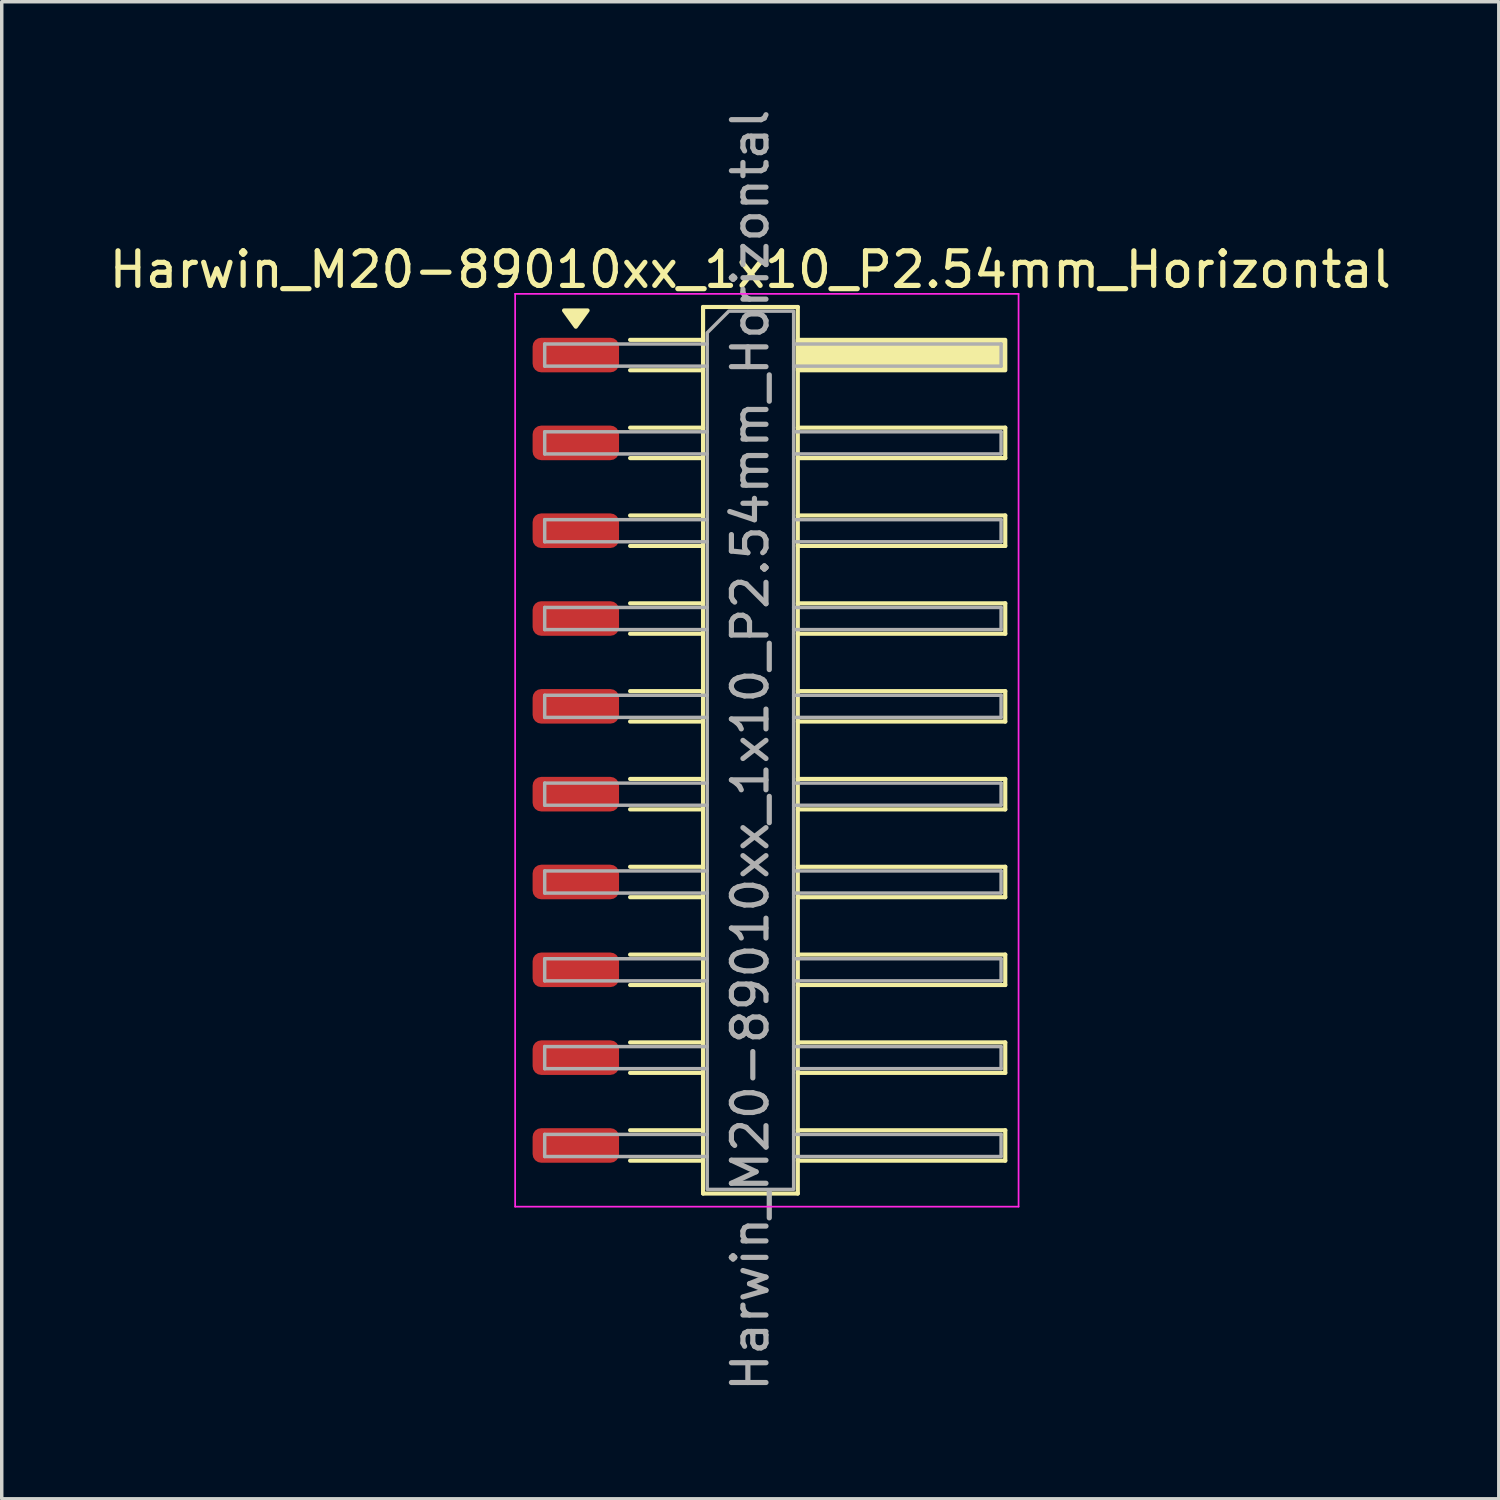
<source format=kicad_pcb>
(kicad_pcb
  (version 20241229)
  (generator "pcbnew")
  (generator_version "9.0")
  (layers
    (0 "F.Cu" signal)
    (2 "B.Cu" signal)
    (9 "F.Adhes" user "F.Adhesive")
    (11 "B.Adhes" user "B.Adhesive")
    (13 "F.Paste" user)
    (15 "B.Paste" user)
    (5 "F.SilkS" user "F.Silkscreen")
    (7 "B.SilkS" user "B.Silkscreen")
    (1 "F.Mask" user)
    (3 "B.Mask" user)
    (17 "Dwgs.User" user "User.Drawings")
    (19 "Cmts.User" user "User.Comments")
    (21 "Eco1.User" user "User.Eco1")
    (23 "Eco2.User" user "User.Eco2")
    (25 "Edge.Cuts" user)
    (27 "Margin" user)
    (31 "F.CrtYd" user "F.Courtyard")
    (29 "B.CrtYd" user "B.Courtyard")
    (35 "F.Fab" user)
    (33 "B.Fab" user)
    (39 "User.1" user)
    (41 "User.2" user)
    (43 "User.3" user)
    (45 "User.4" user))
  (footprint "Harwin_M20-89010xx_1x10_P2.54mm_Horizontal"
    (layer "F.Cu")
    (at 19.129 18.649)
    (property "Reference" "Harwin_M20-89010xx_1x10_P2.54mm_Horizontal" (at -0.48 -13.9 0) (layer "F.SilkS") (effects (font (size 1 1) (thickness 0.15))))
    (attr smd)
    (fp_line (start -3.955 -11.87) (end -1.845 -11.87) (stroke (width 0.12) (type solid)) (layer "F.SilkS"))
    (fp_line (start -3.955 -10.99) (end -1.845 -10.99) (stroke (width 0.12) (type solid)) (layer "F.SilkS"))
    (fp_line (start -3.955 -9.33) (end -1.845 -9.33) (stroke (width 0.12) (type solid)) (layer "F.SilkS"))
    (fp_line (start -3.955 -8.45) (end -1.845 -8.45) (stroke (width 0.12) (type solid)) (layer "F.SilkS"))
    (fp_line (start -3.955 -6.79) (end -1.845 -6.79) (stroke (width 0.12) (type solid)) (layer "F.SilkS"))
    (fp_line (start -3.955 -5.91) (end -1.845 -5.91) (stroke (width 0.12) (type solid)) (layer "F.SilkS"))
    (fp_line (start -3.955 -4.25) (end -1.845 -4.25) (stroke (width 0.12) (type solid)) (layer "F.SilkS"))
    (fp_line (start -3.955 -3.37) (end -1.845 -3.37) (stroke (width 0.12) (type solid)) (layer "F.SilkS"))
    (fp_line (start -3.955 -1.71) (end -1.845 -1.71) (stroke (width 0.12) (type solid)) (layer "F.SilkS"))
    (fp_line (start -3.955 -0.83) (end -1.845 -0.83) (stroke (width 0.12) (type solid)) (layer "F.SilkS"))
    (fp_line (start -3.955 0.83) (end -1.845 0.83) (stroke (width 0.12) (type solid)) (layer "F.SilkS"))
    (fp_line (start -3.955 1.71) (end -1.845 1.71) (stroke (width 0.12) (type solid)) (layer "F.SilkS"))
    (fp_line (start -3.955 3.37) (end -1.845 3.37) (stroke (width 0.12) (type solid)) (layer "F.SilkS"))
    (fp_line (start -3.955 4.25) (end -1.845 4.25) (stroke (width 0.12) (type solid)) (layer "F.SilkS"))
    (fp_line (start -3.955 5.91) (end -1.845 5.91) (stroke (width 0.12) (type solid)) (layer "F.SilkS"))
    (fp_line (start -3.955 6.79) (end -1.845 6.79) (stroke (width 0.12) (type solid)) (layer "F.SilkS"))
    (fp_line (start -3.955 8.45) (end -1.845 8.45) (stroke (width 0.12) (type solid)) (layer "F.SilkS"))
    (fp_line (start -3.955 9.33) (end -1.845 9.33) (stroke (width 0.12) (type solid)) (layer "F.SilkS"))
    (fp_line (start -3.955 10.99) (end -1.845 10.99) (stroke (width 0.12) (type solid)) (layer "F.SilkS"))
    (fp_line (start -3.955 11.87) (end -1.845 11.87) (stroke (width 0.12) (type solid)) (layer "F.SilkS"))
    (fp_line (start -1.845 -12.82) (end 0.895 -12.82) (stroke (width 0.12) (type solid)) (layer "F.SilkS"))
    (fp_line (start -1.845 12.82) (end -1.845 -12.82) (stroke (width 0.12) (type solid)) (layer "F.SilkS"))
    (fp_line (start 0.895 -12.82) (end 0.895 12.82) (stroke (width 0.12) (type solid)) (layer "F.SilkS"))
    (fp_line (start 0.895 -9.33) (end 6.895 -9.33) (stroke (width 0.12) (type solid)) (layer "F.SilkS"))
    (fp_line (start 0.895 -6.79) (end 6.895 -6.79) (stroke (width 0.12) (type solid)) (layer "F.SilkS"))
    (fp_line (start 0.895 -4.25) (end 6.895 -4.25) (stroke (width 0.12) (type solid)) (layer "F.SilkS"))
    (fp_line (start 0.895 -1.71) (end 6.895 -1.71) (stroke (width 0.12) (type solid)) (layer "F.SilkS"))
    (fp_line (start 0.895 0.83) (end 6.895 0.83) (stroke (width 0.12) (type solid)) (layer "F.SilkS"))
    (fp_line (start 0.895 3.37) (end 6.895 3.37) (stroke (width 0.12) (type solid)) (layer "F.SilkS"))
    (fp_line (start 0.895 5.91) (end 6.895 5.91) (stroke (width 0.12) (type solid)) (layer "F.SilkS"))
    (fp_line (start 0.895 8.45) (end 6.895 8.45) (stroke (width 0.12) (type solid)) (layer "F.SilkS"))
    (fp_line (start 0.895 10.99) (end 6.895 10.99) (stroke (width 0.12) (type solid)) (layer "F.SilkS"))
    (fp_line (start 0.895 12.82) (end -1.845 12.82) (stroke (width 0.12) (type solid)) (layer "F.SilkS"))
    (fp_line (start 6.895 -9.33) (end 6.895 -8.45) (stroke (width 0.12) (type solid)) (layer "F.SilkS"))
    (fp_line (start 6.895 -8.45) (end 0.895 -8.45) (stroke (width 0.12) (type solid)) (layer "F.SilkS"))
    (fp_line (start 6.895 -6.79) (end 6.895 -5.91) (stroke (width 0.12) (type solid)) (layer "F.SilkS"))
    (fp_line (start 6.895 -5.91) (end 0.895 -5.91) (stroke (width 0.12) (type solid)) (layer "F.SilkS"))
    (fp_line (start 6.895 -4.25) (end 6.895 -3.37) (stroke (width 0.12) (type solid)) (layer "F.SilkS"))
    (fp_line (start 6.895 -3.37) (end 0.895 -3.37) (stroke (width 0.12) (type solid)) (layer "F.SilkS"))
    (fp_line (start 6.895 -1.71) (end 6.895 -0.83) (stroke (width 0.12) (type solid)) (layer "F.SilkS"))
    (fp_line (start 6.895 -0.83) (end 0.895 -0.83) (stroke (width 0.12) (type solid)) (layer "F.SilkS"))
    (fp_line (start 6.895 0.83) (end 6.895 1.71) (stroke (width 0.12) (type solid)) (layer "F.SilkS"))
    (fp_line (start 6.895 1.71) (end 0.895 1.71) (stroke (width 0.12) (type solid)) (layer "F.SilkS"))
    (fp_line (start 6.895 3.37) (end 6.895 4.25) (stroke (width 0.12) (type solid)) (layer "F.SilkS"))
    (fp_line (start 6.895 4.25) (end 0.895 4.25) (stroke (width 0.12) (type solid)) (layer "F.SilkS"))
    (fp_line (start 6.895 5.91) (end 6.895 6.79) (stroke (width 0.12) (type solid)) (layer "F.SilkS"))
    (fp_line (start 6.895 6.79) (end 0.895 6.79) (stroke (width 0.12) (type solid)) (layer "F.SilkS"))
    (fp_line (start 6.895 8.45) (end 6.895 9.33) (stroke (width 0.12) (type solid)) (layer "F.SilkS"))
    (fp_line (start 6.895 9.33) (end 0.895 9.33) (stroke (width 0.12) (type solid)) (layer "F.SilkS"))
    (fp_line (start 6.895 10.99) (end 6.895 11.87) (stroke (width 0.12) (type solid)) (layer "F.SilkS"))
    (fp_line (start 6.895 11.87) (end 0.895 11.87) (stroke (width 0.12) (type solid)) (layer "F.SilkS"))
    (fp_rect (start 0.895 -11.87) (end 6.895 -10.99) (stroke (width 0.12) (type solid)) (fill yes) (layer "F.SilkS"))
    (fp_poly (pts (xy -5.525 -12.25) (xy -5.865 -12.72) (xy -5.185 -12.72)) (stroke (width 0.12) (type solid)) (fill yes) (layer "F.SilkS"))
    (fp_line (start -7.28 -13.2) (end 7.28 -13.2) (stroke (width 0.05) (type solid)) (layer "F.CrtYd"))
    (fp_line (start -7.28 13.2) (end -7.28 -13.2) (stroke (width 0.05) (type solid)) (layer "F.CrtYd"))
    (fp_line (start 7.28 -13.2) (end 7.28 13.2) (stroke (width 0.05) (type solid)) (layer "F.CrtYd"))
    (fp_line (start 7.28 13.2) (end -7.28 13.2) (stroke (width 0.05) (type solid)) (layer "F.CrtYd"))
    (fp_line (start -6.425 -11.75) (end -6.425 -11.11) (stroke (width 0.1) (type solid)) (layer "F.Fab"))
    (fp_line (start -6.425 -11.11) (end -1.725 -11.11) (stroke (width 0.1) (type solid)) (layer "F.Fab"))
    (fp_line (start -6.425 -9.21) (end -6.425 -8.57) (stroke (width 0.1) (type solid)) (layer "F.Fab"))
    (fp_line (start -6.425 -8.57) (end -1.725 -8.57) (stroke (width 0.1) (type solid)) (layer "F.Fab"))
    (fp_line (start -6.425 -6.67) (end -6.425 -6.03) (stroke (width 0.1) (type solid)) (layer "F.Fab"))
    (fp_line (start -6.425 -6.03) (end -1.725 -6.03) (stroke (width 0.1) (type solid)) (layer "F.Fab"))
    (fp_line (start -6.425 -4.13) (end -6.425 -3.49) (stroke (width 0.1) (type solid)) (layer "F.Fab"))
    (fp_line (start -6.425 -3.49) (end -1.725 -3.49) (stroke (width 0.1) (type solid)) (layer "F.Fab"))
    (fp_line (start -6.425 -1.59) (end -6.425 -0.95) (stroke (width 0.1) (type solid)) (layer "F.Fab"))
    (fp_line (start -6.425 -0.95) (end -1.725 -0.95) (stroke (width 0.1) (type solid)) (layer "F.Fab"))
    (fp_line (start -6.425 0.95) (end -6.425 1.59) (stroke (width 0.1) (type solid)) (layer "F.Fab"))
    (fp_line (start -6.425 1.59) (end -1.725 1.59) (stroke (width 0.1) (type solid)) (layer "F.Fab"))
    (fp_line (start -6.425 3.49) (end -6.425 4.13) (stroke (width 0.1) (type solid)) (layer "F.Fab"))
    (fp_line (start -6.425 4.13) (end -1.725 4.13) (stroke (width 0.1) (type solid)) (layer "F.Fab"))
    (fp_line (start -6.425 6.03) (end -6.425 6.67) (stroke (width 0.1) (type solid)) (layer "F.Fab"))
    (fp_line (start -6.425 6.67) (end -1.725 6.67) (stroke (width 0.1) (type solid)) (layer "F.Fab"))
    (fp_line (start -6.425 8.57) (end -6.425 9.21) (stroke (width 0.1) (type solid)) (layer "F.Fab"))
    (fp_line (start -6.425 9.21) (end -1.725 9.21) (stroke (width 0.1) (type solid)) (layer "F.Fab"))
    (fp_line (start -6.425 11.11) (end -6.425 11.75) (stroke (width 0.1) (type solid)) (layer "F.Fab"))
    (fp_line (start -6.425 11.75) (end -1.725 11.75) (stroke (width 0.1) (type solid)) (layer "F.Fab"))
    (fp_line (start -1.725 -11.75) (end -6.425 -11.75) (stroke (width 0.1) (type solid)) (layer "F.Fab"))
    (fp_line (start -1.725 -9.21) (end -6.425 -9.21) (stroke (width 0.1) (type solid)) (layer "F.Fab"))
    (fp_line (start -1.725 -6.67) (end -6.425 -6.67) (stroke (width 0.1) (type solid)) (layer "F.Fab"))
    (fp_line (start -1.725 -4.13) (end -6.425 -4.13) (stroke (width 0.1) (type solid)) (layer "F.Fab"))
    (fp_line (start -1.725 -1.59) (end -6.425 -1.59) (stroke (width 0.1) (type solid)) (layer "F.Fab"))
    (fp_line (start -1.725 0.95) (end -6.425 0.95) (stroke (width 0.1) (type solid)) (layer "F.Fab"))
    (fp_line (start -1.725 3.49) (end -6.425 3.49) (stroke (width 0.1) (type solid)) (layer "F.Fab"))
    (fp_line (start -1.725 6.03) (end -6.425 6.03) (stroke (width 0.1) (type solid)) (layer "F.Fab"))
    (fp_line (start -1.725 8.57) (end -6.425 8.57) (stroke (width 0.1) (type solid)) (layer "F.Fab"))
    (fp_line (start -1.725 11.11) (end -6.425 11.11) (stroke (width 0.1) (type solid)) (layer "F.Fab"))
    (fp_line (start 0.775 -11.75) (end 6.775 -11.75) (stroke (width 0.1) (type solid)) (layer "F.Fab"))
    (fp_line (start 0.775 -9.21) (end 6.775 -9.21) (stroke (width 0.1) (type solid)) (layer "F.Fab"))
    (fp_line (start 0.775 -6.67) (end 6.775 -6.67) (stroke (width 0.1) (type solid)) (layer "F.Fab"))
    (fp_line (start 0.775 -4.13) (end 6.775 -4.13) (stroke (width 0.1) (type solid)) (layer "F.Fab"))
    (fp_line (start 0.775 -1.59) (end 6.775 -1.59) (stroke (width 0.1) (type solid)) (layer "F.Fab"))
    (fp_line (start 0.775 0.95) (end 6.775 0.95) (stroke (width 0.1) (type solid)) (layer "F.Fab"))
    (fp_line (start 0.775 3.49) (end 6.775 3.49) (stroke (width 0.1) (type solid)) (layer "F.Fab"))
    (fp_line (start 0.775 6.03) (end 6.775 6.03) (stroke (width 0.1) (type solid)) (layer "F.Fab"))
    (fp_line (start 0.775 8.57) (end 6.775 8.57) (stroke (width 0.1) (type solid)) (layer "F.Fab"))
    (fp_line (start 0.775 11.11) (end 6.775 11.11) (stroke (width 0.1) (type solid)) (layer "F.Fab"))
    (fp_line (start 6.775 -11.75) (end 6.775 -11.11) (stroke (width 0.1) (type solid)) (layer "F.Fab"))
    (fp_line (start 6.775 -11.11) (end 0.775 -11.11) (stroke (width 0.1) (type solid)) (layer "F.Fab"))
    (fp_line (start 6.775 -9.21) (end 6.775 -8.57) (stroke (width 0.1) (type solid)) (layer "F.Fab"))
    (fp_line (start 6.775 -8.57) (end 0.775 -8.57) (stroke (width 0.1) (type solid)) (layer "F.Fab"))
    (fp_line (start 6.775 -6.67) (end 6.775 -6.03) (stroke (width 0.1) (type solid)) (layer "F.Fab"))
    (fp_line (start 6.775 -6.03) (end 0.775 -6.03) (stroke (width 0.1) (type solid)) (layer "F.Fab"))
    (fp_line (start 6.775 -4.13) (end 6.775 -3.49) (stroke (width 0.1) (type solid)) (layer "F.Fab"))
    (fp_line (start 6.775 -3.49) (end 0.775 -3.49) (stroke (width 0.1) (type solid)) (layer "F.Fab"))
    (fp_line (start 6.775 -1.59) (end 6.775 -0.95) (stroke (width 0.1) (type solid)) (layer "F.Fab"))
    (fp_line (start 6.775 -0.95) (end 0.775 -0.95) (stroke (width 0.1) (type solid)) (layer "F.Fab"))
    (fp_line (start 6.775 0.95) (end 6.775 1.59) (stroke (width 0.1) (type solid)) (layer "F.Fab"))
    (fp_line (start 6.775 1.59) (end 0.775 1.59) (stroke (width 0.1) (type solid)) (layer "F.Fab"))
    (fp_line (start 6.775 3.49) (end 6.775 4.13) (stroke (width 0.1) (type solid)) (layer "F.Fab"))
    (fp_line (start 6.775 4.13) (end 0.775 4.13) (stroke (width 0.1) (type solid)) (layer "F.Fab"))
    (fp_line (start 6.775 6.03) (end 6.775 6.67) (stroke (width 0.1) (type solid)) (layer "F.Fab"))
    (fp_line (start 6.775 6.67) (end 0.775 6.67) (stroke (width 0.1) (type solid)) (layer "F.Fab"))
    (fp_line (start 6.775 8.57) (end 6.775 9.21) (stroke (width 0.1) (type solid)) (layer "F.Fab"))
    (fp_line (start 6.775 9.21) (end 0.775 9.21) (stroke (width 0.1) (type solid)) (layer "F.Fab"))
    (fp_line (start 6.775 11.11) (end 6.775 11.75) (stroke (width 0.1) (type solid)) (layer "F.Fab"))
    (fp_line (start 6.775 11.75) (end 0.775 11.75) (stroke (width 0.1) (type solid)) (layer "F.Fab"))
    (fp_poly (pts (xy -1.725 -12.075) (xy -1.725 12.7) (xy 0.775 12.7) (xy 0.775 -12.7) (xy -1.1 -12.7)) (stroke (width 0.1) (type solid)) (fill no) (layer "F.Fab"))
    (fp_text user "${REFERENCE}" (at -0.48 0 90) (layer "F.Fab") (effects (font (size 1 1) (thickness 0.15))))
    (pad "1" smd roundrect (at -5.525 -11.43) (size 2.5 1) (layers "F.Cu" "F.Mask" "F.Paste") (roundrect_rratio 0.25))
    (pad "2" smd roundrect (at -5.525 -8.89) (size 2.5 1) (layers "F.Cu" "F.Mask" "F.Paste") (roundrect_rratio 0.25))
    (pad "3" smd roundrect (at -5.525 -6.35) (size 2.5 1) (layers "F.Cu" "F.Mask" "F.Paste") (roundrect_rratio 0.25))
    (pad "4" smd roundrect (at -5.525 -3.81) (size 2.5 1) (layers "F.Cu" "F.Mask" "F.Paste") (roundrect_rratio 0.25))
    (pad "5" smd roundrect (at -5.525 -1.27) (size 2.5 1) (layers "F.Cu" "F.Mask" "F.Paste") (roundrect_rratio 0.25))
    (pad "6" smd roundrect (at -5.525 1.27) (size 2.5 1) (layers "F.Cu" "F.Mask" "F.Paste") (roundrect_rratio 0.25))
    (pad "7" smd roundrect (at -5.525 3.81) (size 2.5 1) (layers "F.Cu" "F.Mask" "F.Paste") (roundrect_rratio 0.25))
    (pad "8" smd roundrect (at -5.525 6.35) (size 2.5 1) (layers "F.Cu" "F.Mask" "F.Paste") (roundrect_rratio 0.25))
    (pad "9" smd roundrect (at -5.525 8.89) (size 2.5 1) (layers "F.Cu" "F.Mask" "F.Paste") (roundrect_rratio 0.25))
    (pad "10" smd roundrect (at -5.525 11.43) (size 2.5 1) (layers "F.Cu" "F.Mask" "F.Paste") (roundrect_rratio 0.25)))
  (gr_rect
    (start -3 -3)
    (end 40.298 40.298)
    (stroke (width 0.1) (type default))
    (fill no)
    (layer "Edge.Cuts")))
</source>
